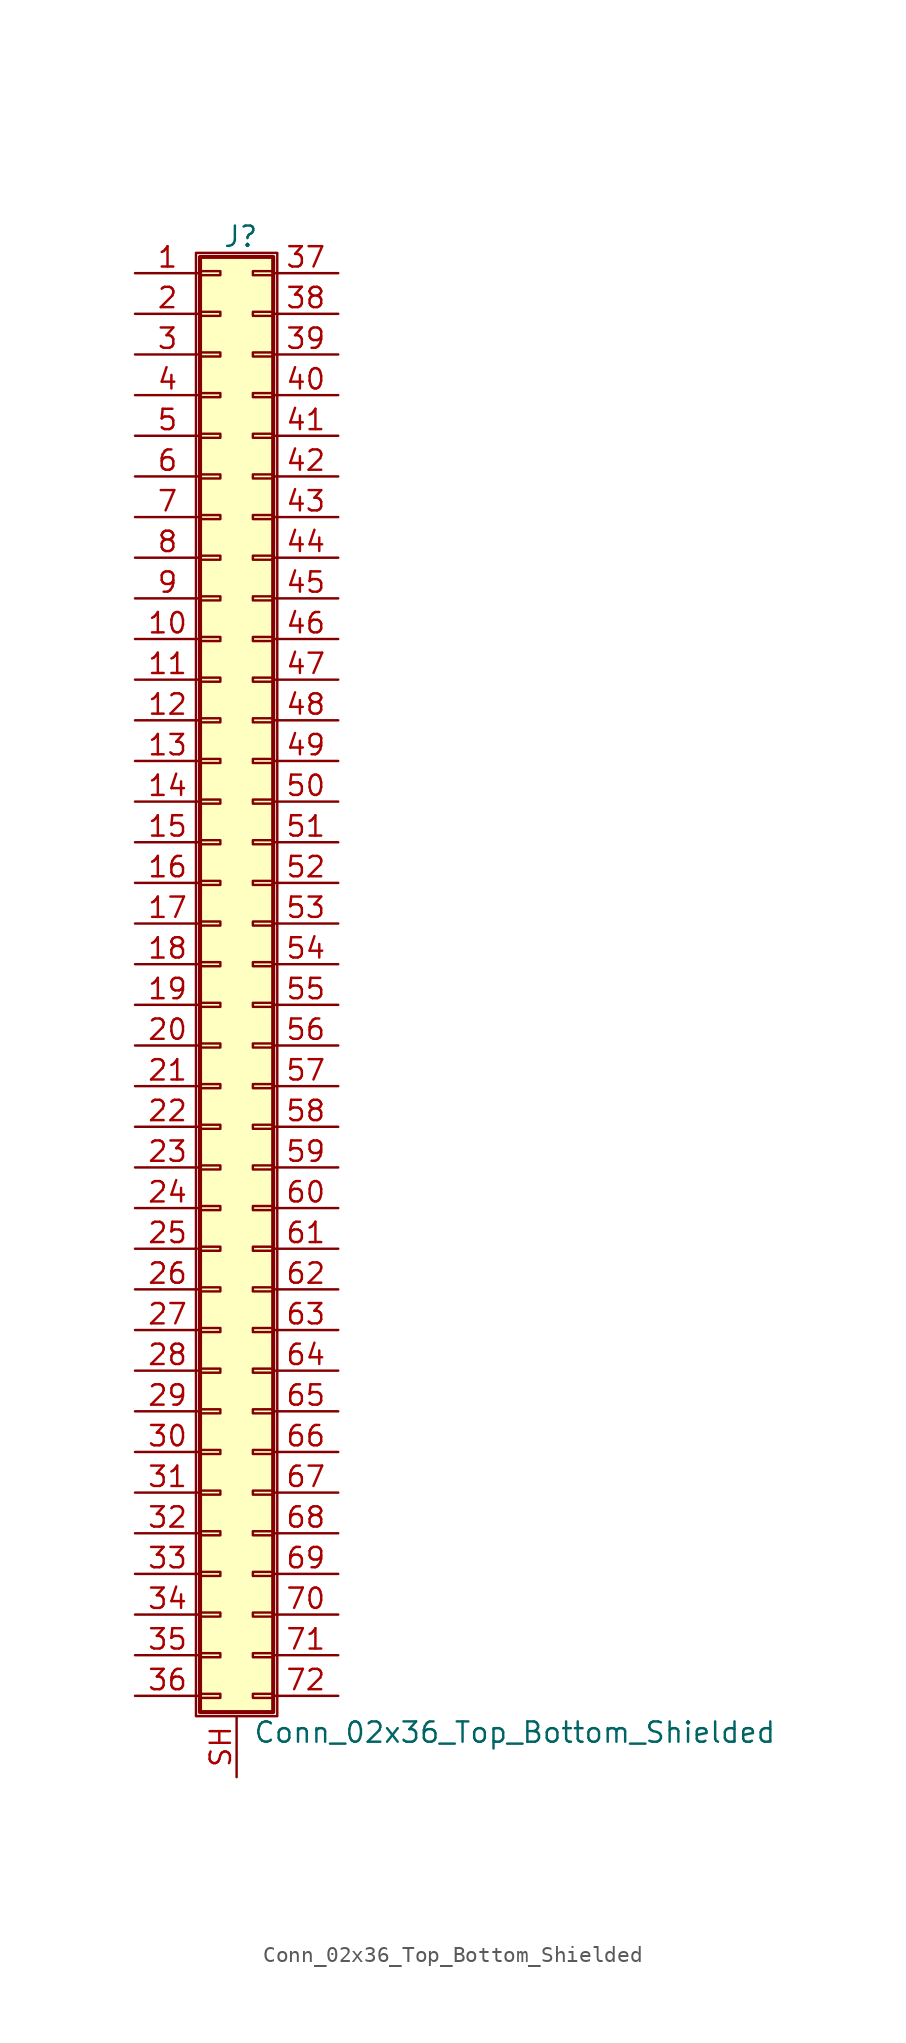
<source format=kicad_sym>
(kicad_symbol_lib
  (version 20201005)
  (generator kicad_symbol_editor)
  (symbol "Conn_02x36_Top_Bottom_Shielded"
    (pin_names
      (offset 1.016) hide)
    (property "Reference" "J"
      (at 1.524 45.466 0)
      (effects (font (size 1.27 1.27))))
    (property "Value" "Conn_02x36_Top_Bottom_Shielded"
      (at 2.286 -48.006 0)
      (effects (font (size 1.27 1.27)) (justify left)))
    (symbol "Conn_02x36_Top_Bottom_Shielded_1_1"
      (rectangle (start -1.27 44.45) (end 3.81 -46.99) (stroke (width 0.152)) (fill (type none)))
      (rectangle (start -1.016 -45.593) (end 0.254 -45.847) (stroke (width 0.152)) (fill (type none)))
      (rectangle (start -1.016 -43.053) (end 0.254 -43.307) (stroke (width 0.152)) (fill (type none)))
      (rectangle (start -1.016 -40.513) (end 0.254 -40.767) (stroke (width 0.152)) (fill (type none)))
      (rectangle (start -1.016 -37.973) (end 0.254 -38.227) (stroke (width 0.152)) (fill (type none)))
      (rectangle (start -1.016 -35.433) (end 0.254 -35.687) (stroke (width 0.152)) (fill (type none)))
      (rectangle (start -1.016 -32.893) (end 0.254 -33.147) (stroke (width 0.152)) (fill (type none)))
      (rectangle (start -1.016 -30.353) (end 0.254 -30.607) (stroke (width 0.152)) (fill (type none)))
      (rectangle (start -1.016 -27.813) (end 0.254 -28.067) (stroke (width 0.152)) (fill (type none)))
      (rectangle (start -1.016 -25.273) (end 0.254 -25.527) (stroke (width 0.152)) (fill (type none)))
      (rectangle (start -1.016 -22.733) (end 0.254 -22.987) (stroke (width 0.152)) (fill (type none)))
      (rectangle (start -1.016 -20.193) (end 0.254 -20.447) (stroke (width 0.152)) (fill (type none)))
      (rectangle (start -1.016 -17.653) (end 0.254 -17.907) (stroke (width 0.152)) (fill (type none)))
      (rectangle (start -1.016 -15.113) (end 0.254 -15.367) (stroke (width 0.152)) (fill (type none)))
      (rectangle (start -1.016 -12.573) (end 0.254 -12.827) (stroke (width 0.152)) (fill (type none)))
      (rectangle (start -1.016 -10.033) (end 0.254 -10.287) (stroke (width 0.152)) (fill (type none)))
      (rectangle (start -1.016 -7.493) (end 0.254 -7.747) (stroke (width 0.152)) (fill (type none)))
      (rectangle (start -1.016 -4.953) (end 0.254 -5.207) (stroke (width 0.152)) (fill (type none)))
      (rectangle (start -1.016 -2.413) (end 0.254 -2.667) (stroke (width 0.152)) (fill (type none)))
      (rectangle (start -1.016 0.127) (end 0.254 -0.127) (stroke (width 0.152)) (fill (type none)))
      (rectangle (start -1.016 2.667) (end 0.254 2.413) (stroke (width 0.152)) (fill (type none)))
      (rectangle (start -1.016 5.207) (end 0.254 4.953) (stroke (width 0.152)) (fill (type none)))
      (rectangle (start -1.016 7.747) (end 0.254 7.493) (stroke (width 0.152)) (fill (type none)))
      (rectangle (start -1.016 10.287) (end 0.254 10.033) (stroke (width 0.152)) (fill (type none)))
      (rectangle (start -1.016 12.827) (end 0.254 12.573) (stroke (width 0.152)) (fill (type none)))
      (rectangle (start -1.016 15.367) (end 0.254 15.113) (stroke (width 0.152)) (fill (type none)))
      (rectangle (start -1.016 17.907) (end 0.254 17.653) (stroke (width 0.152)) (fill (type none)))
      (rectangle (start -1.016 20.447) (end 0.254 20.193) (stroke (width 0.152)) (fill (type none)))
      (rectangle (start -1.016 22.987) (end 0.254 22.733) (stroke (width 0.152)) (fill (type none)))
      (rectangle (start -1.016 25.527) (end 0.254 25.273) (stroke (width 0.152)) (fill (type none)))
      (rectangle (start -1.016 28.067) (end 0.254 27.813) (stroke (width 0.152)) (fill (type none)))
      (rectangle (start -1.016 30.607) (end 0.254 30.353) (stroke (width 0.152)) (fill (type none)))
      (rectangle (start -1.016 33.147) (end 0.254 32.893) (stroke (width 0.152)) (fill (type none)))
      (rectangle (start -1.016 35.687) (end 0.254 35.433) (stroke (width 0.152)) (fill (type none)))
      (rectangle (start -1.016 38.227) (end 0.254 37.973) (stroke (width 0.152)) (fill (type none)))
      (rectangle (start -1.016 40.767) (end 0.254 40.513) (stroke (width 0.152)) (fill (type none)))
      (rectangle (start -1.016 43.307) (end 0.254 43.053) (stroke (width 0.152)) (fill (type none)))
      (rectangle (start -1.016 44.196) (end 3.556 -46.736) (stroke (width 0.254)) (fill (type background)))
      (rectangle (start 3.556 -45.593) (end 2.286 -45.847) (stroke (width 0.152)) (fill (type none)))
      (rectangle (start 3.556 -43.053) (end 2.286 -43.307) (stroke (width 0.152)) (fill (type none)))
      (rectangle (start 3.556 -40.513) (end 2.286 -40.767) (stroke (width 0.152)) (fill (type none)))
      (rectangle (start 3.556 -37.973) (end 2.286 -38.227) (stroke (width 0.152)) (fill (type none)))
      (rectangle (start 3.556 -35.433) (end 2.286 -35.687) (stroke (width 0.152)) (fill (type none)))
      (rectangle (start 3.556 -32.893) (end 2.286 -33.147) (stroke (width 0.152)) (fill (type none)))
      (rectangle (start 3.556 -30.353) (end 2.286 -30.607) (stroke (width 0.152)) (fill (type none)))
      (rectangle (start 3.556 -27.813) (end 2.286 -28.067) (stroke (width 0.152)) (fill (type none)))
      (rectangle (start 3.556 -25.273) (end 2.286 -25.527) (stroke (width 0.152)) (fill (type none)))
      (rectangle (start 3.556 -22.733) (end 2.286 -22.987) (stroke (width 0.152)) (fill (type none)))
      (rectangle (start 3.556 -20.193) (end 2.286 -20.447) (stroke (width 0.152)) (fill (type none)))
      (rectangle (start 3.556 -17.653) (end 2.286 -17.907) (stroke (width 0.152)) (fill (type none)))
      (rectangle (start 3.556 -15.113) (end 2.286 -15.367) (stroke (width 0.152)) (fill (type none)))
      (rectangle (start 3.556 -12.573) (end 2.286 -12.827) (stroke (width 0.152)) (fill (type none)))
      (rectangle (start 3.556 -10.033) (end 2.286 -10.287) (stroke (width 0.152)) (fill (type none)))
      (rectangle (start 3.556 -7.493) (end 2.286 -7.747) (stroke (width 0.152)) (fill (type none)))
      (rectangle (start 3.556 -4.953) (end 2.286 -5.207) (stroke (width 0.152)) (fill (type none)))
      (rectangle (start 3.556 -2.413) (end 2.286 -2.667) (stroke (width 0.152)) (fill (type none)))
      (rectangle (start 3.556 0.127) (end 2.286 -0.127) (stroke (width 0.152)) (fill (type none)))
      (rectangle (start 3.556 2.667) (end 2.286 2.413) (stroke (width 0.152)) (fill (type none)))
      (rectangle (start 3.556 5.207) (end 2.286 4.953) (stroke (width 0.152)) (fill (type none)))
      (rectangle (start 3.556 7.747) (end 2.286 7.493) (stroke (width 0.152)) (fill (type none)))
      (rectangle (start 3.556 10.287) (end 2.286 10.033) (stroke (width 0.152)) (fill (type none)))
      (rectangle (start 3.556 12.827) (end 2.286 12.573) (stroke (width 0.152)) (fill (type none)))
      (rectangle (start 3.556 15.367) (end 2.286 15.113) (stroke (width 0.152)) (fill (type none)))
      (rectangle (start 3.556 17.907) (end 2.286 17.653) (stroke (width 0.152)) (fill (type none)))
      (rectangle (start 3.556 20.447) (end 2.286 20.193) (stroke (width 0.152)) (fill (type none)))
      (rectangle (start 3.556 22.987) (end 2.286 22.733) (stroke (width 0.152)) (fill (type none)))
      (rectangle (start 3.556 25.527) (end 2.286 25.273) (stroke (width 0.152)) (fill (type none)))
      (rectangle (start 3.556 28.067) (end 2.286 27.813) (stroke (width 0.152)) (fill (type none)))
      (rectangle (start 3.556 30.607) (end 2.286 30.353) (stroke (width 0.152)) (fill (type none)))
      (rectangle (start 3.556 33.147) (end 2.286 32.893) (stroke (width 0.152)) (fill (type none)))
      (rectangle (start 3.556 35.687) (end 2.286 35.433) (stroke (width 0.152)) (fill (type none)))
      (rectangle (start 3.556 38.227) (end 2.286 37.973) (stroke (width 0.152)) (fill (type none)))
      (rectangle (start 3.556 40.767) (end 2.286 40.513) (stroke (width 0.152)) (fill (type none)))
      (rectangle (start 3.556 43.307) (end 2.286 43.053) (stroke (width 0.152)) (fill (type none)))
      (pin passive line (at -5.08 43.18 0) (length 4.064) (name "Pin_1" (effects (font (size 1.27 1.27)))) (number "1" (effects (font (size 1.27 1.27)))))
      (pin passive line (at -5.08 20.32 0) (length 4.064) (name "Pin_10" (effects (font (size 1.27 1.27)))) (number "10" (effects (font (size 1.27 1.27)))))
      (pin passive line (at -5.08 17.78 0) (length 4.064) (name "Pin_11" (effects (font (size 1.27 1.27)))) (number "11" (effects (font (size 1.27 1.27)))))
      (pin passive line (at -5.08 15.24 0) (length 4.064) (name "Pin_12" (effects (font (size 1.27 1.27)))) (number "12" (effects (font (size 1.27 1.27)))))
      (pin passive line (at -5.08 12.7 0) (length 4.064) (name "Pin_13" (effects (font (size 1.27 1.27)))) (number "13" (effects (font (size 1.27 1.27)))))
      (pin passive line (at -5.08 10.16 0) (length 4.064) (name "Pin_14" (effects (font (size 1.27 1.27)))) (number "14" (effects (font (size 1.27 1.27)))))
      (pin passive line (at -5.08 7.62 0) (length 4.064) (name "Pin_15" (effects (font (size 1.27 1.27)))) (number "15" (effects (font (size 1.27 1.27)))))
      (pin passive line (at -5.08 5.08 0) (length 4.064) (name "Pin_16" (effects (font (size 1.27 1.27)))) (number "16" (effects (font (size 1.27 1.27)))))
      (pin passive line (at -5.08 2.54 0) (length 4.064) (name "Pin_17" (effects (font (size 1.27 1.27)))) (number "17" (effects (font (size 1.27 1.27)))))
      (pin passive line (at -5.08 0 0) (length 4.064) (name "Pin_18" (effects (font (size 1.27 1.27)))) (number "18" (effects (font (size 1.27 1.27)))))
      (pin passive line (at -5.08 -2.54 0) (length 4.064) (name "Pin_19" (effects (font (size 1.27 1.27)))) (number "19" (effects (font (size 1.27 1.27)))))
      (pin passive line (at -5.08 40.64 0) (length 4.064) (name "Pin_2" (effects (font (size 1.27 1.27)))) (number "2" (effects (font (size 1.27 1.27)))))
      (pin passive line (at -5.08 -5.08 0) (length 4.064) (name "Pin_20" (effects (font (size 1.27 1.27)))) (number "20" (effects (font (size 1.27 1.27)))))
      (pin passive line (at -5.08 -7.62 0) (length 4.064) (name "Pin_21" (effects (font (size 1.27 1.27)))) (number "21" (effects (font (size 1.27 1.27)))))
      (pin passive line (at -5.08 -10.16 0) (length 4.064) (name "Pin_22" (effects (font (size 1.27 1.27)))) (number "22" (effects (font (size 1.27 1.27)))))
      (pin passive line (at -5.08 -12.7 0) (length 4.064) (name "Pin_23" (effects (font (size 1.27 1.27)))) (number "23" (effects (font (size 1.27 1.27)))))
      (pin passive line (at -5.08 -15.24 0) (length 4.064) (name "Pin_24" (effects (font (size 1.27 1.27)))) (number "24" (effects (font (size 1.27 1.27)))))
      (pin passive line (at -5.08 -17.78 0) (length 4.064) (name "Pin_25" (effects (font (size 1.27 1.27)))) (number "25" (effects (font (size 1.27 1.27)))))
      (pin passive line (at -5.08 -20.32 0) (length 4.064) (name "Pin_26" (effects (font (size 1.27 1.27)))) (number "26" (effects (font (size 1.27 1.27)))))
      (pin passive line (at -5.08 -22.86 0) (length 4.064) (name "Pin_27" (effects (font (size 1.27 1.27)))) (number "27" (effects (font (size 1.27 1.27)))))
      (pin passive line (at -5.08 -25.4 0) (length 4.064) (name "Pin_28" (effects (font (size 1.27 1.27)))) (number "28" (effects (font (size 1.27 1.27)))))
      (pin passive line (at -5.08 -27.94 0) (length 4.064) (name "Pin_29" (effects (font (size 1.27 1.27)))) (number "29" (effects (font (size 1.27 1.27)))))
      (pin passive line (at -5.08 38.1 0) (length 4.064) (name "Pin_3" (effects (font (size 1.27 1.27)))) (number "3" (effects (font (size 1.27 1.27)))))
      (pin passive line (at -5.08 -30.48 0) (length 4.064) (name "Pin_30" (effects (font (size 1.27 1.27)))) (number "30" (effects (font (size 1.27 1.27)))))
      (pin passive line (at -5.08 -33.02 0) (length 4.064) (name "Pin_31" (effects (font (size 1.27 1.27)))) (number "31" (effects (font (size 1.27 1.27)))))
      (pin passive line (at -5.08 -35.56 0) (length 4.064) (name "Pin_32" (effects (font (size 1.27 1.27)))) (number "32" (effects (font (size 1.27 1.27)))))
      (pin passive line (at -5.08 -38.1 0) (length 4.064) (name "Pin_33" (effects (font (size 1.27 1.27)))) (number "33" (effects (font (size 1.27 1.27)))))
      (pin passive line (at -5.08 -40.64 0) (length 4.064) (name "Pin_34" (effects (font (size 1.27 1.27)))) (number "34" (effects (font (size 1.27 1.27)))))
      (pin passive line (at -5.08 -43.18 0) (length 4.064) (name "Pin_35" (effects (font (size 1.27 1.27)))) (number "35" (effects (font (size 1.27 1.27)))))
      (pin passive line (at -5.08 -45.72 0) (length 4.064) (name "Pin_36" (effects (font (size 1.27 1.27)))) (number "36" (effects (font (size 1.27 1.27)))))
      (pin passive line (at 7.62 43.18 180) (length 4.064) (name "Pin_37" (effects (font (size 1.27 1.27)))) (number "37" (effects (font (size 1.27 1.27)))))
      (pin passive line (at 7.62 40.64 180) (length 4.064) (name "Pin_38" (effects (font (size 1.27 1.27)))) (number "38" (effects (font (size 1.27 1.27)))))
      (pin passive line (at 7.62 38.1 180) (length 4.064) (name "Pin_39" (effects (font (size 1.27 1.27)))) (number "39" (effects (font (size 1.27 1.27)))))
      (pin passive line (at -5.08 35.56 0) (length 4.064) (name "Pin_4" (effects (font (size 1.27 1.27)))) (number "4" (effects (font (size 1.27 1.27)))))
      (pin passive line (at 7.62 35.56 180) (length 4.064) (name "Pin_40" (effects (font (size 1.27 1.27)))) (number "40" (effects (font (size 1.27 1.27)))))
      (pin passive line (at 7.62 33.02 180) (length 4.064) (name "Pin_41" (effects (font (size 1.27 1.27)))) (number "41" (effects (font (size 1.27 1.27)))))
      (pin passive line (at 7.62 30.48 180) (length 4.064) (name "Pin_42" (effects (font (size 1.27 1.27)))) (number "42" (effects (font (size 1.27 1.27)))))
      (pin passive line (at 7.62 27.94 180) (length 4.064) (name "Pin_43" (effects (font (size 1.27 1.27)))) (number "43" (effects (font (size 1.27 1.27)))))
      (pin passive line (at 7.62 25.4 180) (length 4.064) (name "Pin_44" (effects (font (size 1.27 1.27)))) (number "44" (effects (font (size 1.27 1.27)))))
      (pin passive line (at 7.62 22.86 180) (length 4.064) (name "Pin_45" (effects (font (size 1.27 1.27)))) (number "45" (effects (font (size 1.27 1.27)))))
      (pin passive line (at 7.62 20.32 180) (length 4.064) (name "Pin_46" (effects (font (size 1.27 1.27)))) (number "46" (effects (font (size 1.27 1.27)))))
      (pin passive line (at 7.62 17.78 180) (length 4.064) (name "Pin_47" (effects (font (size 1.27 1.27)))) (number "47" (effects (font (size 1.27 1.27)))))
      (pin passive line (at 7.62 15.24 180) (length 4.064) (name "Pin_48" (effects (font (size 1.27 1.27)))) (number "48" (effects (font (size 1.27 1.27)))))
      (pin passive line (at 7.62 12.7 180) (length 4.064) (name "Pin_49" (effects (font (size 1.27 1.27)))) (number "49" (effects (font (size 1.27 1.27)))))
      (pin passive line (at -5.08 33.02 0) (length 4.064) (name "Pin_5" (effects (font (size 1.27 1.27)))) (number "5" (effects (font (size 1.27 1.27)))))
      (pin passive line (at 7.62 10.16 180) (length 4.064) (name "Pin_50" (effects (font (size 1.27 1.27)))) (number "50" (effects (font (size 1.27 1.27)))))
      (pin passive line (at 7.62 7.62 180) (length 4.064) (name "Pin_51" (effects (font (size 1.27 1.27)))) (number "51" (effects (font (size 1.27 1.27)))))
      (pin passive line (at 7.62 5.08 180) (length 4.064) (name "Pin_52" (effects (font (size 1.27 1.27)))) (number "52" (effects (font (size 1.27 1.27)))))
      (pin passive line (at 7.62 2.54 180) (length 4.064) (name "Pin_53" (effects (font (size 1.27 1.27)))) (number "53" (effects (font (size 1.27 1.27)))))
      (pin passive line (at 7.62 0 180) (length 4.064) (name "Pin_54" (effects (font (size 1.27 1.27)))) (number "54" (effects (font (size 1.27 1.27)))))
      (pin passive line (at 7.62 -2.54 180) (length 4.064) (name "Pin_55" (effects (font (size 1.27 1.27)))) (number "55" (effects (font (size 1.27 1.27)))))
      (pin passive line (at 7.62 -5.08 180) (length 4.064) (name "Pin_56" (effects (font (size 1.27 1.27)))) (number "56" (effects (font (size 1.27 1.27)))))
      (pin passive line (at 7.62 -7.62 180) (length 4.064) (name "Pin_57" (effects (font (size 1.27 1.27)))) (number "57" (effects (font (size 1.27 1.27)))))
      (pin passive line (at 7.62 -10.16 180) (length 4.064) (name "Pin_58" (effects (font (size 1.27 1.27)))) (number "58" (effects (font (size 1.27 1.27)))))
      (pin passive line (at 7.62 -12.7 180) (length 4.064) (name "Pin_59" (effects (font (size 1.27 1.27)))) (number "59" (effects (font (size 1.27 1.27)))))
      (pin passive line (at -5.08 30.48 0) (length 4.064) (name "Pin_6" (effects (font (size 1.27 1.27)))) (number "6" (effects (font (size 1.27 1.27)))))
      (pin passive line (at 7.62 -15.24 180) (length 4.064) (name "Pin_60" (effects (font (size 1.27 1.27)))) (number "60" (effects (font (size 1.27 1.27)))))
      (pin passive line (at 7.62 -17.78 180) (length 4.064) (name "Pin_61" (effects (font (size 1.27 1.27)))) (number "61" (effects (font (size 1.27 1.27)))))
      (pin passive line (at 7.62 -20.32 180) (length 4.064) (name "Pin_62" (effects (font (size 1.27 1.27)))) (number "62" (effects (font (size 1.27 1.27)))))
      (pin passive line (at 7.62 -22.86 180) (length 4.064) (name "Pin_63" (effects (font (size 1.27 1.27)))) (number "63" (effects (font (size 1.27 1.27)))))
      (pin passive line (at 7.62 -25.4 180) (length 4.064) (name "Pin_64" (effects (font (size 1.27 1.27)))) (number "64" (effects (font (size 1.27 1.27)))))
      (pin passive line (at 7.62 -27.94 180) (length 4.064) (name "Pin_65" (effects (font (size 1.27 1.27)))) (number "65" (effects (font (size 1.27 1.27)))))
      (pin passive line (at 7.62 -30.48 180) (length 4.064) (name "Pin_66" (effects (font (size 1.27 1.27)))) (number "66" (effects (font (size 1.27 1.27)))))
      (pin passive line (at 7.62 -33.02 180) (length 4.064) (name "Pin_67" (effects (font (size 1.27 1.27)))) (number "67" (effects (font (size 1.27 1.27)))))
      (pin passive line (at 7.62 -35.56 180) (length 4.064) (name "Pin_68" (effects (font (size 1.27 1.27)))) (number "68" (effects (font (size 1.27 1.27)))))
      (pin passive line (at 7.62 -38.1 180) (length 4.064) (name "Pin_69" (effects (font (size 1.27 1.27)))) (number "69" (effects (font (size 1.27 1.27)))))
      (pin passive line (at -5.08 27.94 0) (length 4.064) (name "Pin_7" (effects (font (size 1.27 1.27)))) (number "7" (effects (font (size 1.27 1.27)))))
      (pin passive line (at 7.62 -40.64 180) (length 4.064) (name "Pin_70" (effects (font (size 1.27 1.27)))) (number "70" (effects (font (size 1.27 1.27)))))
      (pin passive line (at 7.62 -43.18 180) (length 4.064) (name "Pin_71" (effects (font (size 1.27 1.27)))) (number "71" (effects (font (size 1.27 1.27)))))
      (pin passive line (at 7.62 -45.72 180) (length 4.064) (name "Pin_72" (effects (font (size 1.27 1.27)))) (number "72" (effects (font (size 1.27 1.27)))))
      (pin passive line (at -5.08 25.4 0) (length 4.064) (name "Pin_8" (effects (font (size 1.27 1.27)))) (number "8" (effects (font (size 1.27 1.27)))))
      (pin passive line (at -5.08 22.86 0) (length 4.064) (name "Pin_9" (effects (font (size 1.27 1.27)))) (number "9" (effects (font (size 1.27 1.27)))))
      (pin passive line (at 1.27 -50.8 90) (length 3.81) (name "Shield" (effects (font (size 1.27 1.27)))) (number "SH" (effects (font (size 1.27 1.27))))))))
</source>
